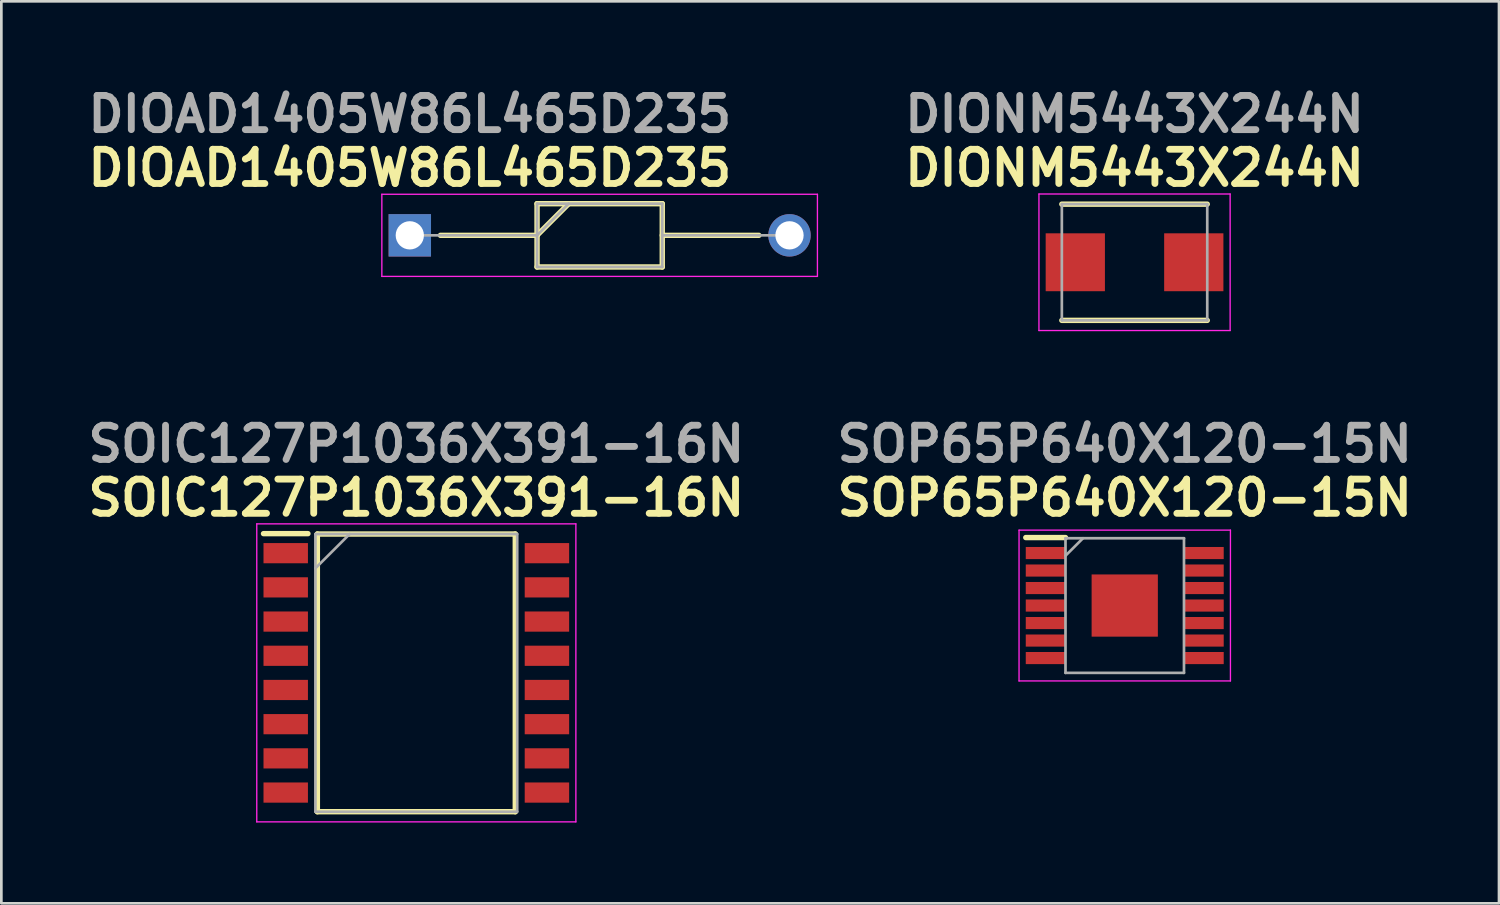
<source format=kicad_pcb>
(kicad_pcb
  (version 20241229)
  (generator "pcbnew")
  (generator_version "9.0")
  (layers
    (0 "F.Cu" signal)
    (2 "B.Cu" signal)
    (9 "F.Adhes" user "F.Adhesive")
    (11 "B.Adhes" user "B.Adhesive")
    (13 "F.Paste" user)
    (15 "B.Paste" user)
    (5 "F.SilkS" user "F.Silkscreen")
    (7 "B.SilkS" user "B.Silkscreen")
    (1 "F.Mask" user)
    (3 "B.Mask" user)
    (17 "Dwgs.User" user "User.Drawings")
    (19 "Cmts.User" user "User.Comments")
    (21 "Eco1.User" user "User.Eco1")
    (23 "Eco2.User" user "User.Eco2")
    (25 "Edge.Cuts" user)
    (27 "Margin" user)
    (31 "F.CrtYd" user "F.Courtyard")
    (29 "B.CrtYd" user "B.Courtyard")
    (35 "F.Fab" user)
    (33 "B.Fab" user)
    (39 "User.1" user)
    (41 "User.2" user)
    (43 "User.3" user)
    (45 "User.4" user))
  (footprint "DIONM5443X244N"
    (layer "F.Cu")
    (at 39.081 6.689)
    (property "Reference" "DIONM5443X244N" (at 0 -3.5 0) (layer "F.SilkS") (effects (font (size 1.27 1.27) (thickness 0.254))))
    (attr smd)
    (fp_line (start -2.7 2.158) (end 2.7 2.158) (stroke (width 0.2) (type solid)) (layer "F.SilkS"))
    (fp_line (start 2.7 -2.158) (end -2.7 -2.158) (stroke (width 0.2) (type solid)) (layer "F.SilkS"))
    (fp_line (start -3.55 -2.535) (end 3.55 -2.535) (stroke (width 0.05) (type solid)) (layer "F.CrtYd"))
    (fp_line (start -3.55 2.535) (end -3.55 -2.535) (stroke (width 0.05) (type solid)) (layer "F.CrtYd"))
    (fp_line (start 3.55 -2.535) (end 3.55 2.535) (stroke (width 0.05) (type solid)) (layer "F.CrtYd"))
    (fp_line (start 3.55 2.535) (end -3.55 2.535) (stroke (width 0.05) (type solid)) (layer "F.CrtYd"))
    (fp_line (start -2.7 -2.158) (end 2.7 -2.158) (stroke (width 0.1) (type solid)) (layer "F.Fab"))
    (fp_line (start -2.7 2.158) (end -2.7 -2.158) (stroke (width 0.1) (type solid)) (layer "F.Fab"))
    (fp_line (start 2.7 -2.158) (end 2.7 2.158) (stroke (width 0.1) (type solid)) (layer "F.Fab"))
    (fp_line (start 2.7 2.158) (end -2.7 2.158) (stroke (width 0.1) (type solid)) (layer "F.Fab"))
    (fp_text user "${REFERENCE}" (at 0 -5.5 0) (layer "F.Fab") (effects (font (size 1.27 1.27) (thickness 0.254))))
    (pad "1" smd rect (at -2.2 0 90) (size 2.15 2.2) (layers "F.Cu" "F.Mask" "F.Paste"))
    (pad "2" smd rect (at 2.2 0 90) (size 2.15 2.2) (layers "F.Cu" "F.Mask" "F.Paste")))
  (footprint "DIOAD1405W86L465D235"
    (layer "F.Cu")
    (at 12.168 5.689)
    (property "Reference" "DIOAD1405W86L465D235" (at 0 -2.5 0) (layer "F.SilkS") (effects (font (size 1.27 1.27) (thickness 0.254))))
    (attr through_hole)
    (fp_line (start 1.138 0) (end 4.725 0) (stroke (width 0.2) (type solid)) (layer "F.SilkS"))
    (fp_line (start 4.725 -1.175) (end 9.375 -1.175) (stroke (width 0.2) (type solid)) (layer "F.SilkS"))
    (fp_line (start 4.725 0) (end 5.9 -1.175) (stroke (width 0.2) (type solid)) (layer "F.SilkS"))
    (fp_line (start 4.725 1.175) (end 4.725 -1.175) (stroke (width 0.2) (type solid)) (layer "F.SilkS"))
    (fp_line (start 9.375 -1.175) (end 9.375 1.175) (stroke (width 0.2) (type solid)) (layer "F.SilkS"))
    (fp_line (start 9.375 0) (end 12.962 0) (stroke (width 0.2) (type solid)) (layer "F.SilkS"))
    (fp_line (start 9.375 1.175) (end 4.725 1.175) (stroke (width 0.2) (type solid)) (layer "F.SilkS"))
    (fp_line (start -1.038 -1.525) (end 15.137 -1.525) (stroke (width 0.05) (type solid)) (layer "F.CrtYd"))
    (fp_line (start -1.038 1.525) (end -1.038 -1.525) (stroke (width 0.05) (type solid)) (layer "F.CrtYd"))
    (fp_line (start 15.137 -1.525) (end 15.137 1.525) (stroke (width 0.05) (type solid)) (layer "F.CrtYd"))
    (fp_line (start 15.137 1.525) (end -1.038 1.525) (stroke (width 0.05) (type solid)) (layer "F.CrtYd"))
    (fp_line (start 0 0) (end 4.725 0) (stroke (width 0.1) (type solid)) (layer "F.Fab"))
    (fp_line (start 4.725 -1.175) (end 9.375 -1.175) (stroke (width 0.1) (type solid)) (layer "F.Fab"))
    (fp_line (start 4.725 0) (end 5.9 -1.175) (stroke (width 0.1) (type solid)) (layer "F.Fab"))
    (fp_line (start 4.725 1.175) (end 4.725 -1.175) (stroke (width 0.1) (type solid)) (layer "F.Fab"))
    (fp_line (start 9.375 -1.175) (end 9.375 1.175) (stroke (width 0.1) (type solid)) (layer "F.Fab"))
    (fp_line (start 9.375 0) (end 14.1 0) (stroke (width 0.1) (type solid)) (layer "F.Fab"))
    (fp_line (start 9.375 1.175) (end 4.725 1.175) (stroke (width 0.1) (type solid)) (layer "F.Fab"))
    (fp_text user "${REFERENCE}" (at 0 -4.5 0) (layer "F.Fab") (effects (font (size 1.27 1.27) (thickness 0.254))))
    (pad "1" thru_hole rect (at 0 0) (size 1.575 1.575) (drill 1.05) (layers "*.Cu" "*.Mask"))
    (pad "2" thru_hole circle (at 14.1 0) (size 1.575 1.575) (drill 1.05) (layers "*.Cu" "*.Mask")))
  (footprint "SOP65P640X120-15N"
    (layer "F.Cu")
    (at 38.717 19.437)
    (property "Reference" "SOP65P640X120-15N" (at 0 -4 0) (layer "F.SilkS") (effects (font (size 1.27 1.27) (thickness 0.254))))
    (attr smd)
    (fp_line (start -3.675 -2.525) (end -2.2 -2.525) (stroke (width 0.2) (type solid)) (layer "F.SilkS"))
    (fp_line (start -3.925 -2.8) (end 3.925 -2.8) (stroke (width 0.05) (type solid)) (layer "F.CrtYd"))
    (fp_line (start -3.925 2.8) (end -3.925 -2.8) (stroke (width 0.05) (type solid)) (layer "F.CrtYd"))
    (fp_line (start 3.925 -2.8) (end 3.925 2.8) (stroke (width 0.05) (type solid)) (layer "F.CrtYd"))
    (fp_line (start 3.925 2.8) (end -3.925 2.8) (stroke (width 0.05) (type solid)) (layer "F.CrtYd"))
    (fp_line (start -2.2 -2.5) (end 2.2 -2.5) (stroke (width 0.1) (type solid)) (layer "F.Fab"))
    (fp_line (start -2.2 -1.85) (end -1.55 -2.5) (stroke (width 0.1) (type solid)) (layer "F.Fab"))
    (fp_line (start -2.2 2.5) (end -2.2 -2.5) (stroke (width 0.1) (type solid)) (layer "F.Fab"))
    (fp_line (start 2.2 -2.5) (end 2.2 2.5) (stroke (width 0.1) (type solid)) (layer "F.Fab"))
    (fp_line (start 2.2 2.5) (end -2.2 2.5) (stroke (width 0.1) (type solid)) (layer "F.Fab"))
    (fp_text user "${REFERENCE}" (at 0 -6 0) (layer "F.Fab") (effects (font (size 1.27 1.27) (thickness 0.254))))
    (pad "1" smd rect (at -2.938 -1.95 90) (size 0.45 1.475) (layers "F.Cu" "F.Mask" "F.Paste"))
    (pad "2" smd rect (at -2.938 -1.3 90) (size 0.45 1.475) (layers "F.Cu" "F.Mask" "F.Paste"))
    (pad "3" smd rect (at -2.938 -0.65 90) (size 0.45 1.475) (layers "F.Cu" "F.Mask" "F.Paste"))
    (pad "4" smd rect (at -2.938 0 90) (size 0.45 1.475) (layers "F.Cu" "F.Mask" "F.Paste"))
    (pad "5" smd rect (at -2.938 0.65 90) (size 0.45 1.475) (layers "F.Cu" "F.Mask" "F.Paste"))
    (pad "6" smd rect (at -2.938 1.3 90) (size 0.45 1.475) (layers "F.Cu" "F.Mask" "F.Paste"))
    (pad "7" smd rect (at -2.938 1.95 90) (size 0.45 1.475) (layers "F.Cu" "F.Mask" "F.Paste"))
    (pad "8" smd rect (at 2.938 1.95 90) (size 0.45 1.475) (layers "F.Cu" "F.Mask" "F.Paste"))
    (pad "9" smd rect (at 2.938 1.3 90) (size 0.45 1.475) (layers "F.Cu" "F.Mask" "F.Paste"))
    (pad "10" smd rect (at 2.938 0.65 90) (size 0.45 1.475) (layers "F.Cu" "F.Mask" "F.Paste"))
    (pad "11" smd rect (at 2.938 0 90) (size 0.45 1.475) (layers "F.Cu" "F.Mask" "F.Paste"))
    (pad "12" smd rect (at 2.938 -0.65 90) (size 0.45 1.475) (layers "F.Cu" "F.Mask" "F.Paste"))
    (pad "13" smd rect (at 2.938 -1.3 90) (size 0.45 1.475) (layers "F.Cu" "F.Mask" "F.Paste"))
    (pad "14" smd rect (at 2.938 -1.95 90) (size 0.45 1.475) (layers "F.Cu" "F.Mask" "F.Paste"))
    (pad "15" smd rect (at 0 0 90) (size 2.31 2.46) (layers "F.Cu" "F.Mask" "F.Paste")))
  (footprint "SOIC127P1036X391-16N"
    (layer "F.Cu")
    (at 12.41 21.937)
    (property "Reference" "SOIC127P1036X391-16N" (at 0 -6.5 0) (layer "F.SilkS") (effects (font (size 1.27 1.27) (thickness 0.254))))
    (attr smd)
    (fp_line (start -5.675 -5.17) (end -4.025 -5.17) (stroke (width 0.2) (type solid)) (layer "F.SilkS"))
    (fp_line (start -3.675 -5.156) (end 3.675 -5.156) (stroke (width 0.2) (type solid)) (layer "F.SilkS"))
    (fp_line (start -3.675 5.156) (end -3.675 -5.156) (stroke (width 0.2) (type solid)) (layer "F.SilkS"))
    (fp_line (start 3.675 -5.156) (end 3.675 5.156) (stroke (width 0.2) (type solid)) (layer "F.SilkS"))
    (fp_line (start 3.675 5.156) (end -3.675 5.156) (stroke (width 0.2) (type solid)) (layer "F.SilkS"))
    (fp_line (start -5.925 -5.533) (end 5.925 -5.533) (stroke (width 0.05) (type solid)) (layer "F.CrtYd"))
    (fp_line (start -5.925 5.533) (end -5.925 -5.533) (stroke (width 0.05) (type solid)) (layer "F.CrtYd"))
    (fp_line (start 5.925 -5.533) (end 5.925 5.533) (stroke (width 0.05) (type solid)) (layer "F.CrtYd"))
    (fp_line (start 5.925 5.533) (end -5.925 5.533) (stroke (width 0.05) (type solid)) (layer "F.CrtYd"))
    (fp_line (start -3.746 -5.156) (end 3.746 -5.156) (stroke (width 0.1) (type solid)) (layer "F.Fab"))
    (fp_line (start -3.746 -3.886) (end -2.476 -5.156) (stroke (width 0.1) (type solid)) (layer "F.Fab"))
    (fp_line (start -3.746 5.156) (end -3.746 -5.156) (stroke (width 0.1) (type solid)) (layer "F.Fab"))
    (fp_line (start 3.746 -5.156) (end 3.746 5.156) (stroke (width 0.1) (type solid)) (layer "F.Fab"))
    (fp_line (start 3.746 5.156) (end -3.746 5.156) (stroke (width 0.1) (type solid)) (layer "F.Fab"))
    (fp_text user "${REFERENCE}" (at 0 -8.5 0) (layer "F.Fab") (effects (font (size 1.27 1.27) (thickness 0.254))))
    (pad "1" smd rect (at -4.85 -4.445 90) (size 0.75 1.65) (layers "F.Cu" "F.Mask" "F.Paste"))
    (pad "2" smd rect (at -4.85 -3.175 90) (size 0.75 1.65) (layers "F.Cu" "F.Mask" "F.Paste"))
    (pad "3" smd rect (at -4.85 -1.905 90) (size 0.75 1.65) (layers "F.Cu" "F.Mask" "F.Paste"))
    (pad "4" smd rect (at -4.85 -0.635 90) (size 0.75 1.65) (layers "F.Cu" "F.Mask" "F.Paste"))
    (pad "5" smd rect (at -4.85 0.635 90) (size 0.75 1.65) (layers "F.Cu" "F.Mask" "F.Paste"))
    (pad "6" smd rect (at -4.85 1.905 90) (size 0.75 1.65) (layers "F.Cu" "F.Mask" "F.Paste"))
    (pad "7" smd rect (at -4.85 3.175 90) (size 0.75 1.65) (layers "F.Cu" "F.Mask" "F.Paste"))
    (pad "8" smd rect (at -4.85 4.445 90) (size 0.75 1.65) (layers "F.Cu" "F.Mask" "F.Paste"))
    (pad "9" smd rect (at 4.85 4.445 90) (size 0.75 1.65) (layers "F.Cu" "F.Mask" "F.Paste"))
    (pad "10" smd rect (at 4.85 3.175 90) (size 0.75 1.65) (layers "F.Cu" "F.Mask" "F.Paste"))
    (pad "11" smd rect (at 4.85 1.905 90) (size 0.75 1.65) (layers "F.Cu" "F.Mask" "F.Paste"))
    (pad "12" smd rect (at 4.85 0.635 90) (size 0.75 1.65) (layers "F.Cu" "F.Mask" "F.Paste"))
    (pad "13" smd rect (at 4.85 -0.635 90) (size 0.75 1.65) (layers "F.Cu" "F.Mask" "F.Paste"))
    (pad "14" smd rect (at 4.85 -1.905 90) (size 0.75 1.65) (layers "F.Cu" "F.Mask" "F.Paste"))
    (pad "15" smd rect (at 4.85 -3.175 90) (size 0.75 1.65) (layers "F.Cu" "F.Mask" "F.Paste"))
    (pad "16" smd rect (at 4.85 -4.445 90) (size 0.75 1.65) (layers "F.Cu" "F.Mask" "F.Paste")))
  (gr_rect
    (start -3 -3)
    (end 52.615 30.495)
    (stroke (width 0.1) (type default))
    (fill no)
    (layer "Edge.Cuts")))
</source>
